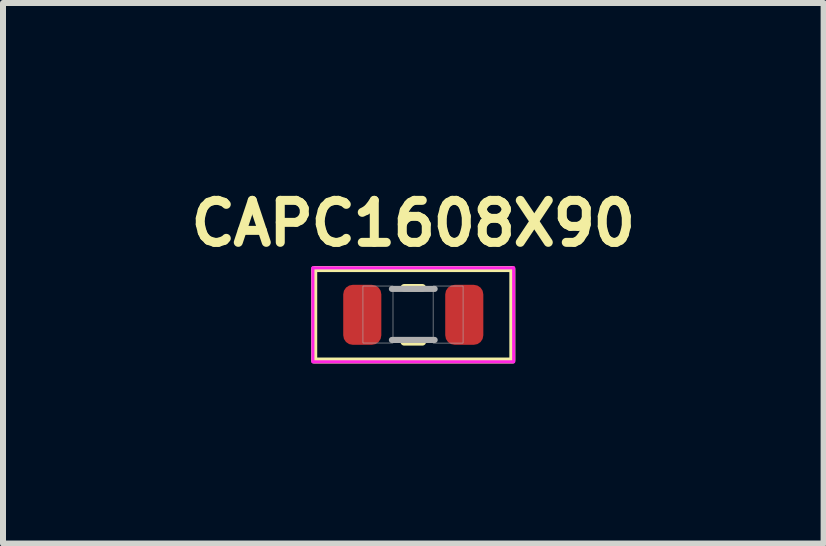
<source format=kicad_pcb>
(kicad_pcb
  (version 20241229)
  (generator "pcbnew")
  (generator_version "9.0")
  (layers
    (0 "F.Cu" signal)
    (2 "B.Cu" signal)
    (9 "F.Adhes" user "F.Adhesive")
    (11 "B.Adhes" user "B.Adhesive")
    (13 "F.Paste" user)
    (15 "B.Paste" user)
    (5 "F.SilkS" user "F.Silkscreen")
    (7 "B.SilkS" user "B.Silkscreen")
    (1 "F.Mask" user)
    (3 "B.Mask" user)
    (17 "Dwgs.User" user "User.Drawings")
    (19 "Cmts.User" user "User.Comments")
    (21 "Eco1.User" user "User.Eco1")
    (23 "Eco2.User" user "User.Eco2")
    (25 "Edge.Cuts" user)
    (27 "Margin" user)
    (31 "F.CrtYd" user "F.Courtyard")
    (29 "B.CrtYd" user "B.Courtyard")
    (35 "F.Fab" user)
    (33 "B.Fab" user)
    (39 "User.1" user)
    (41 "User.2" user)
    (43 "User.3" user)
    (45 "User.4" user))
  (footprint "CAPC1608X90"
    (layer "F.Cu")
    (at 3.838 2.197)
    (property "Reference" "CAPC1608X90" (at 0 -1.524 0) (layer "F.SilkS") (effects (font (size 0.7 0.7) (thickness 0.15))))
    (attr smd)
    (fp_line (start -0.15 -0.45) (end 0.15 -0.45) (stroke (width 0.127) (type solid)) (layer "F.SilkS"))
    (fp_line (start -0.15 0.45) (end 0.15 0.45) (stroke (width 0.127) (type solid)) (layer "F.SilkS"))
    (fp_rect (start -1.651 -0.762) (end 1.651 0.762) (stroke (width 0.1) (type default)) (fill no) (layer "F.SilkS"))
    (fp_line (start -1.673 -0.783) (end 1.673 -0.783) (stroke (width 0.051) (type solid)) (layer "F.CrtYd"))
    (fp_line (start -1.673 0.783) (end -1.673 -0.783) (stroke (width 0.051) (type solid)) (layer "F.CrtYd"))
    (fp_line (start 1.673 -0.783) (end 1.673 0.783) (stroke (width 0.051) (type solid)) (layer "F.CrtYd"))
    (fp_line (start 1.673 0.783) (end -1.673 0.783) (stroke (width 0.051) (type solid)) (layer "F.CrtYd"))
    (fp_line (start -0.356 -0.432) (end 0.356 -0.432) (stroke (width 0.102) (type solid)) (layer "F.Fab"))
    (fp_line (start -0.356 0.419) (end 0.356 0.419) (stroke (width 0.102) (type solid)) (layer "F.Fab"))
    (fp_poly (pts (xy -0.839 -0.48) (xy -0.338 -0.48) (xy -0.338 0.47) (xy -0.839 0.47)) (stroke (width 0.01) (type solid)) (fill no) (layer "F.Fab"))
    (fp_poly (pts (xy 0.331 -0.48) (xy 0.83 -0.48) (xy 0.83 0.471) (xy 0.331 0.471)) (stroke (width 0.01) (type solid)) (fill no) (layer "F.Fab"))
    (pad "1" smd roundrect (at -0.85 0) (size 0.635 1) (layers "F.Cu" "F.Mask" "F.Paste") (roundrect_rratio 0.25))
    (pad "2" smd roundrect (at 0.85 0) (size 0.635 1) (layers "F.Cu" "F.Mask" "F.Paste") (roundrect_rratio 0.25)))
  (gr_rect
    (start -3 -3)
    (end 10.677 6.009)
    (stroke (width 0.1) (type default))
    (fill no)
    (layer "Edge.Cuts")))
</source>
